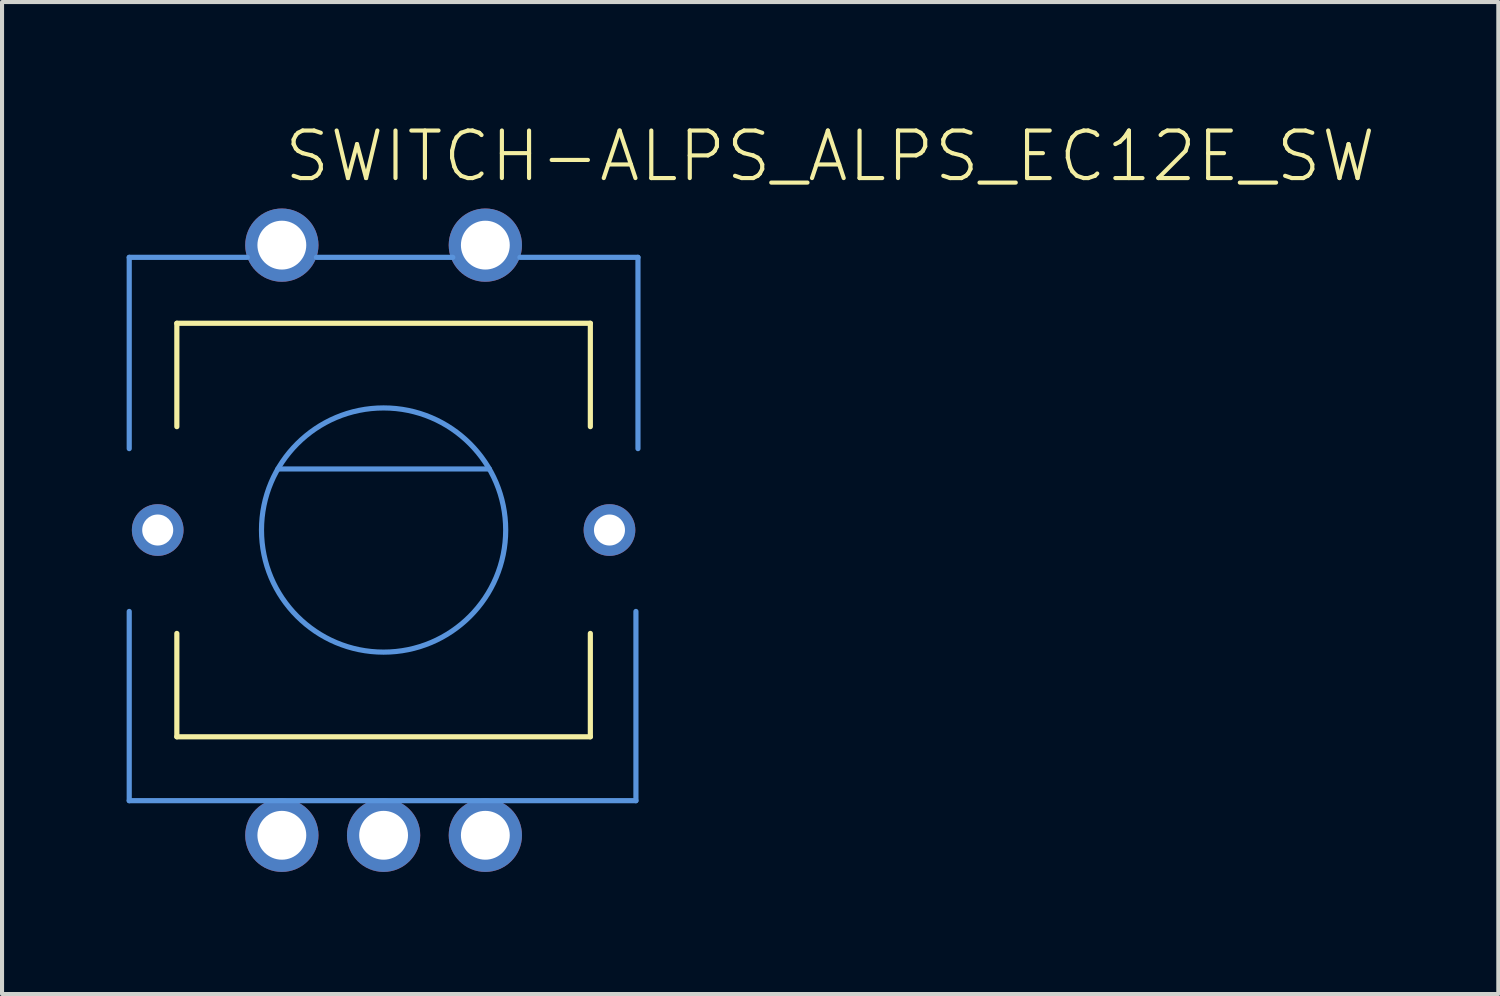
<source format=kicad_pcb>
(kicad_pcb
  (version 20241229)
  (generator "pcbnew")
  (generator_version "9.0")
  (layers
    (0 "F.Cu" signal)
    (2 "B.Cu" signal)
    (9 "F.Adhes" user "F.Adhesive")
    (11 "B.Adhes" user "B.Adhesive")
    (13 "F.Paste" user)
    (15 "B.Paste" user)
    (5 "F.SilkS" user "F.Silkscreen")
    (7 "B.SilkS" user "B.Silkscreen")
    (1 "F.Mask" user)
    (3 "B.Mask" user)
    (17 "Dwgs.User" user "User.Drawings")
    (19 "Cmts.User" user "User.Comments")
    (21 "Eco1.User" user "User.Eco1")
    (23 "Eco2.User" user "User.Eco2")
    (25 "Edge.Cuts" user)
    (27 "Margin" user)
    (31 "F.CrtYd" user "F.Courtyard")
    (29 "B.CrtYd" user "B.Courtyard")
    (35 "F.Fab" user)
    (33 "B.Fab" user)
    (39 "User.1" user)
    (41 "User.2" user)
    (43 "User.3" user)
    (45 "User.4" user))
  (footprint "SWITCH-ALPS_ALPS_EC12E_SW"
    (layer "F.Cu")
    (at 6.375 9.973)
    (property "Reference" "SWITCH-ALPS_ALPS_EC12E_SW" (at -2.5 -8.5 0) (layer "F.SilkS") (effects (font (size 1.168 1.168) (thickness 0.102)) (justify left bottom)))
    (fp_line (start -5.55 -1.714) (end -5.55 1.714) (stroke (width 1.651) (type solid)) (layer "F.Mask"))
    (fp_line (start 5.55 -1.714) (end 5.55 1.714) (stroke (width 1.651) (type solid)) (layer "F.Mask"))
    (fp_line (start -5.55 -1.714) (end -5.55 1.714) (stroke (width 1.651) (type solid)) (layer "B.Mask"))
    (fp_line (start 5.55 -1.714) (end 5.55 1.714) (stroke (width 1.651) (type solid)) (layer "B.Mask"))
    (fp_line (start -5.08 -5.08) (end -5.08 -2.54) (stroke (width 0.127) (type solid)) (layer "F.SilkS"))
    (fp_line (start -5.08 -5.08) (end 5.08 -5.08) (stroke (width 0.127) (type solid)) (layer "F.SilkS"))
    (fp_line (start -5.08 2.54) (end -5.08 5.08) (stroke (width 0.127) (type solid)) (layer "F.SilkS"))
    (fp_line (start -5.08 5.08) (end 5.08 5.08) (stroke (width 0.127) (type solid)) (layer "F.SilkS"))
    (fp_line (start 5.08 -5.08) (end 5.08 -2.54) (stroke (width 0.127) (type solid)) (layer "F.SilkS"))
    (fp_line (start 5.08 5.08) (end 5.08 2.54) (stroke (width 0.127) (type solid)) (layer "F.SilkS"))
    (fp_line (start -6.25 -6.7) (end -6.25 -2) (stroke (width 0.127) (type solid)) (layer "Cmts.User"))
    (fp_line (start -6.25 -6.7) (end -3.35 -6.7) (stroke (width 0.127) (type solid)) (layer "Cmts.User"))
    (fp_line (start -6.25 2) (end -6.25 6.65) (stroke (width 0.127) (type solid)) (layer "Cmts.User"))
    (fp_line (start -6.25 6.65) (end 6.2 6.65) (stroke (width 0.127) (type solid)) (layer "Cmts.User"))
    (fp_line (start -2.6 -1.5) (end 2.6 -1.5) (stroke (width 0.127) (type solid)) (layer "Cmts.User"))
    (fp_line (start -1.65 -6.7) (end 1.7 -6.7) (stroke (width 0.127) (type solid)) (layer "Cmts.User"))
    (fp_line (start 6.2 2) (end 6.2 6.65) (stroke (width 0.127) (type solid)) (layer "Cmts.User"))
    (fp_line (start 6.25 -6.7) (end 3.35 -6.7) (stroke (width 0.127) (type solid)) (layer "Cmts.User"))
    (fp_line (start 6.25 -6.7) (end 6.25 -2) (stroke (width 0.127) (type solid)) (layer "Cmts.User"))
    (fp_circle (center 0 0) (end 3 0) (stroke (width 0.127) (type solid)) (fill no) (layer "Cmts.User"))
    (pad "A" thru_hole circle (at -2.5 7.5) (size 1.8 1.8) (drill 1.2) (layers "*.Cu" "*.Mask"))
    (pad "B" thru_hole circle (at 2.5 7.5) (size 1.8 1.8) (drill 1.2) (layers "*.Cu" "*.Mask"))
    (pad "C" thru_hole circle (at 0 7.5) (size 1.8 1.8) (drill 1.2) (layers "*.Cu" "*.Mask"))
    (pad "D" thru_hole circle (at -2.5 -7) (size 1.8 1.8) (drill 1.2) (layers "*.Cu" "*.Mask"))
    (pad "E" thru_hole circle (at 2.5 -7) (size 1.8 1.8) (drill 1.2) (layers "*.Cu" "*.Mask"))
    (pad "GND1" thru_hole circle (at 5.55 0) (size 1.27 1.27) (drill 0.762) (layers "*.Cu" "*.Mask"))
    (pad "GND2" thru_hole circle (at -5.55 0) (size 1.27 1.27) (drill 0.762) (layers "*.Cu" "*.Mask")))
  (gr_rect
    (start -3 -3)
    (end 33.764 21.373)
    (stroke (width 0.1) (type default))
    (fill no)
    (layer "Edge.Cuts")))
</source>
